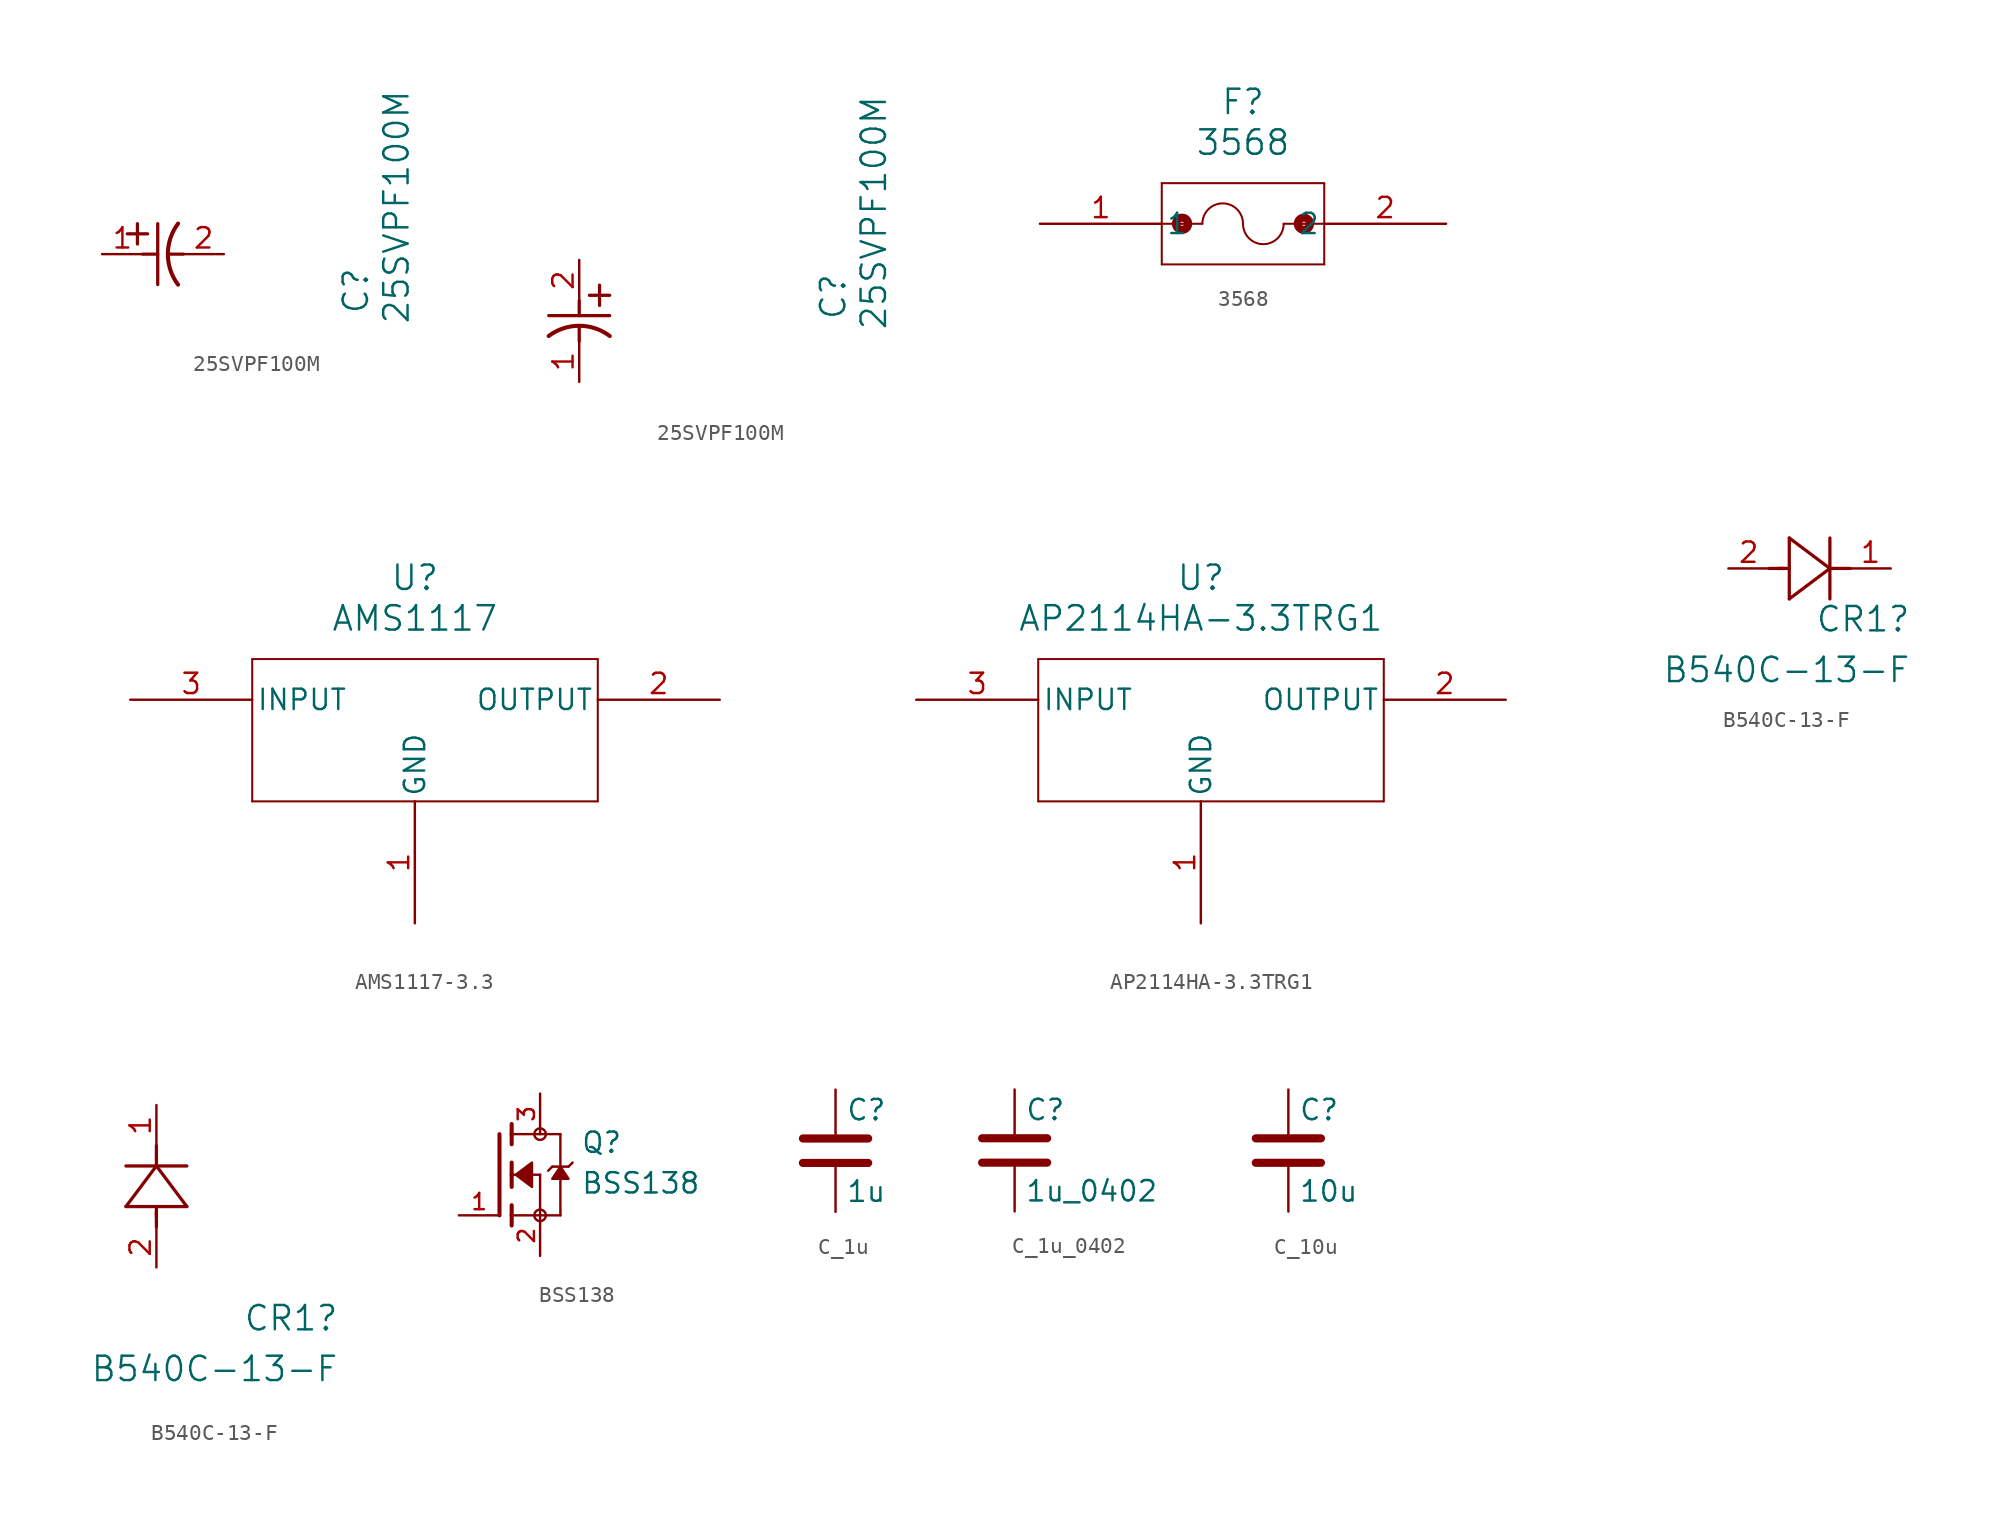
<source format=kicad_sym>
(kicad_symbol_lib
  (version 20231120)
  (generator "kicad_symbol_editor")
  (generator_version "8.0")
  (symbol "25SVPF100M"
    (pin_names
      (offset 0.254))
    (property "Reference" "C"
      (at 15.875 -3.81 90)
      (effects (font (size 1.524 1.524)) (justify left)))
    (property "Value" "25SVPF100M"
      (at 18.415 -4.445 90)
      (effects (font (size 1.524 1.524)) (justify left)))
    (symbol "25SVPF100M_1_1"
      (polyline (pts (xy 1.575 1.27) (xy 2.845 1.27)) (stroke (width 0.203) (type default)) (fill (type none)))
      (polyline (pts (xy 2.21 0.635) (xy 2.21 1.905)) (stroke (width 0.203) (type default)) (fill (type none)))
      (polyline (pts (xy 2.54 0) (xy 3.48 0)) (stroke (width 0.203) (type default)) (fill (type none)))
      (polyline (pts (xy 3.48 -1.905) (xy 3.48 1.905)) (stroke (width 0.203) (type default)) (fill (type none)))
      (polyline (pts (xy 4.115 0) (xy 5.08 0)) (stroke (width 0.203) (type default)) (fill (type none)))
      (arc (start 4.7541 1.9108) (mid 4.1148 0) (end 4.7541 -1.9108) (stroke (width 0.254) (type default)) (fill (type none)))
      (pin unspecified line (at 0 0 0) (length 2.54) (name "" (effects (font (size 1.27 1.27)))) (number "1" (effects (font (size 1.27 1.27)))))
      (pin unspecified line (at 7.62 0 180) (length 2.54) (name "" (effects (font (size 1.27 1.27)))) (number "2" (effects (font (size 1.27 1.27))))))
    (symbol "25SVPF100M_1_2"
      (polyline (pts (xy -1.905 -3.48) (xy 1.905 -3.48)) (stroke (width 0.203) (type default)) (fill (type none)))
      (polyline (pts (xy 0 -4.115) (xy 0 -5.08)) (stroke (width 0.203) (type default)) (fill (type none)))
      (polyline (pts (xy 0 -2.54) (xy 0 -3.48)) (stroke (width 0.203) (type default)) (fill (type none)))
      (polyline (pts (xy 0.635 -2.21) (xy 1.905 -2.21)) (stroke (width 0.203) (type default)) (fill (type none)))
      (polyline (pts (xy 1.27 -1.575) (xy 1.27 -2.845)) (stroke (width 0.203) (type default)) (fill (type none)))
      (arc (start 1.9108 -4.7541) (mid 0 -4.1148) (end -1.9108 -4.7541) (stroke (width 0.254) (type default)) (fill (type none)))
      (pin unspecified line (at 0 -7.62 90) (length 2.54) (name "" (effects (font (size 1.27 1.27)))) (number "1" (effects (font (size 1.27 1.27)))))
      (pin unspecified line (at 0 0 270) (length 2.54) (name "" (effects (font (size 1.27 1.27)))) (number "2" (effects (font (size 1.27 1.27)))))))
  (symbol "3568"
    (pin_names
      (offset 0.254))
    (property "Reference" "F"
      (at 12.7 7.62 0)
      (effects (font (size 1.524 1.524))))
    (property "Value" "3568"
      (at 12.7 5.08 0)
      (effects (font (size 1.524 1.524))))
    (symbol "3568_0_1"
      (polyline (pts (xy 7.62 -2.54) (xy 17.78 -2.54)) (stroke (width 0.127) (type default)) (fill (type none)))
      (polyline (pts (xy 7.62 0) (xy 8.89 0)) (stroke (width 0.127) (type default)) (fill (type none)))
      (polyline (pts (xy 7.62 2.54) (xy 7.62 -2.54)) (stroke (width 0.127) (type default)) (fill (type none)))
      (polyline (pts (xy 8.89 0) (xy 10.16 0)) (stroke (width 0.127) (type default)) (fill (type none)))
      (polyline (pts (xy 15.24 0) (xy 16.51 0)) (stroke (width 0.127) (type default)) (fill (type none)))
      (polyline (pts (xy 16.51 0) (xy 17.78 0)) (stroke (width 0.127) (type default)) (fill (type none)))
      (polyline (pts (xy 17.78 -2.54) (xy 17.78 2.54)) (stroke (width 0.127) (type default)) (fill (type none)))
      (polyline (pts (xy 17.78 2.54) (xy 7.62 2.54)) (stroke (width 0.127) (type default)) (fill (type none)))
      (circle (center 8.89 0) (radius 0.127) (stroke (width 0.508) (type default)) (fill (type none)))
      (arc (start 12.7 -0.0055) (mid 13.97 -1.27) (end 15.24 -0.0055) (stroke (width 0.127) (type default)) (fill (type none)))
      (arc (start 12.7 0.0055) (mid 11.43 1.27) (end 10.16 0.0055) (stroke (width 0.127) (type default)) (fill (type none)))
      (circle (center 16.51 0) (radius 0.127) (stroke (width 0.508) (type default)) (fill (type none))))
    (symbol "3568_1_1"
      (pin power_in line (at 0 0 0) (length 7.62) (name "1" (effects (font (size 1.27 1.27)))) (number "1" (effects (font (size 1.27 1.27)))))
      (pin power_out line (at 25.4 0 180) (length 7.62) (name "2" (effects (font (size 1.27 1.27)))) (number "2" (effects (font (size 1.27 1.27)))))))
  (symbol "AMS1117-3.3"
    (pin_names
      (offset 0.254))
    (property "Reference" "U"
      (at 0 7.62 0)
      (effects (font (size 1.524 1.524))))
    (property "Value" "AMS1117"
      (at 0 5.08 0)
      (effects (font (size 1.524 1.524))))
    (symbol "AMS1117-3.3_0_1"
      (polyline (pts (xy -10.16 -6.35) (xy 11.43 -6.35)) (stroke (width 0.127) (type default)) (fill (type none)))
      (polyline (pts (xy -10.16 2.54) (xy -10.16 -6.35)) (stroke (width 0.127) (type default)) (fill (type none)))
      (polyline (pts (xy 11.43 -6.35) (xy 11.43 2.54)) (stroke (width 0.127) (type default)) (fill (type none)))
      (polyline (pts (xy 11.43 2.54) (xy -10.16 2.54)) (stroke (width 0.127) (type default)) (fill (type none)))
      (pin output line (at 19.05 0 180) (length 7.62) (name "OUTPUT" (effects (font (size 1.27 1.27)))) (number "2" (effects (font (size 1.27 1.27)))))
      (pin input line (at -17.78 0 0) (length 7.62) (name "INPUT" (effects (font (size 1.27 1.27)))) (number "3" (effects (font (size 1.27 1.27))))))
    (symbol "AMS1117-3.3_1_1"
      (pin bidirectional line (at 0 -13.97 90) (length 7.62) (name "GND" (effects (font (size 1.27 1.27)))) (number "1" (effects (font (size 1.27 1.27)))))))
  (symbol "AP2114HA-3.3TRG1"
    (pin_names
      (offset 0.254))
    (property "Reference" "U"
      (at 0 7.62 0)
      (effects (font (size 1.524 1.524))))
    (property "Value" "AP2114HA-3.3TRG1"
      (at 0 5.08 0)
      (effects (font (size 1.524 1.524))))
    (symbol "AP2114HA-3.3TRG1_0_1"
      (polyline (pts (xy -10.16 -6.35) (xy 11.43 -6.35)) (stroke (width 0.127) (type default)) (fill (type none)))
      (polyline (pts (xy -10.16 2.54) (xy -10.16 -6.35)) (stroke (width 0.127) (type default)) (fill (type none)))
      (polyline (pts (xy 11.43 -6.35) (xy 11.43 2.54)) (stroke (width 0.127) (type default)) (fill (type none)))
      (polyline (pts (xy 11.43 2.54) (xy -10.16 2.54)) (stroke (width 0.127) (type default)) (fill (type none)))
      (pin output line (at 19.05 0 180) (length 7.62) (name "OUTPUT" (effects (font (size 1.27 1.27)))) (number "2" (effects (font (size 1.27 1.27)))))
      (pin input line (at -17.78 0 0) (length 7.62) (name "INPUT" (effects (font (size 1.27 1.27)))) (number "3" (effects (font (size 1.27 1.27))))))
    (symbol "AP2114HA-3.3TRG1_1_1"
      (pin bidirectional line (at 0 -13.97 90) (length 7.62) (name "GND" (effects (font (size 1.27 1.27)))) (number "1" (effects (font (size 1.27 1.27)))))))
  (symbol "B540C-13-F"
    (pin_names
      (offset 0.254))
    (property "Reference" "CR1"
      (at 11.43 -3.175 0)
      (effects (font (size 1.524 1.524)) (justify right)))
    (property "Value" "B540C-13-F"
      (at 11.43 -6.35 0)
      (effects (font (size 1.524 1.524)) (justify right)))
    (symbol "B540C-13-F_1_1"
      (polyline (pts (xy 2.54 0) (xy 3.48 0)) (stroke (width 0.203) (type default)) (fill (type none)))
      (polyline (pts (xy 3.175 0) (xy 3.81 0)) (stroke (width 0.203) (type default)) (fill (type none)))
      (polyline (pts (xy 3.81 -1.905) (xy 6.35 0)) (stroke (width 0.203) (type default)) (fill (type none)))
      (polyline (pts (xy 3.81 1.905) (xy 3.81 -1.905)) (stroke (width 0.203) (type default)) (fill (type none)))
      (polyline (pts (xy 6.35 -1.905) (xy 6.35 1.905)) (stroke (width 0.203) (type default)) (fill (type none)))
      (polyline (pts (xy 6.35 0) (xy 3.81 1.905)) (stroke (width 0.203) (type default)) (fill (type none)))
      (polyline (pts (xy 6.35 0) (xy 7.62 0)) (stroke (width 0.203) (type default)) (fill (type none)))
      (pin unspecified line (at 10.16 0 180) (length 2.54) (name "" (effects (font (size 1.27 1.27)))) (number "1" (effects (font (size 1.27 1.27)))))
      (pin unspecified line (at 0 0 0) (length 2.54) (name "" (effects (font (size 1.27 1.27)))) (number "2" (effects (font (size 1.27 1.27))))))
    (symbol "B540C-13-F_1_2"
      (polyline (pts (xy -1.905 3.81) (xy 1.905 3.81)) (stroke (width 0.203) (type default)) (fill (type none)))
      (polyline (pts (xy 0 2.54) (xy 0 3.48)) (stroke (width 0.203) (type default)) (fill (type none)))
      (polyline (pts (xy 0 3.175) (xy 0 3.81)) (stroke (width 0.203) (type default)) (fill (type none)))
      (polyline (pts (xy 0 6.35) (xy -1.905 3.81)) (stroke (width 0.203) (type default)) (fill (type none)))
      (polyline (pts (xy 0 6.35) (xy 0 7.62)) (stroke (width 0.203) (type default)) (fill (type none)))
      (polyline (pts (xy 1.905 3.81) (xy 0 6.35)) (stroke (width 0.203) (type default)) (fill (type none)))
      (polyline (pts (xy 1.905 6.35) (xy -1.905 6.35)) (stroke (width 0.203) (type default)) (fill (type none)))
      (pin unspecified line (at 0 10.16 270) (length 2.54) (name "" (effects (font (size 1.27 1.27)))) (number "1" (effects (font (size 1.27 1.27)))))
      (pin unspecified line (at 0 0 90) (length 2.54) (name "" (effects (font (size 1.27 1.27)))) (number "2" (effects (font (size 1.27 1.27)))))))
  (symbol "BSS138"
    (pin_names
      (offset 1.016))
    (property "Reference" "Q"
      (at 5.08 1.27 0)
      (effects (font (size 1.27 1.27)) (justify left bottom)))
    (property "Value" "BSS138"
      (at 5.08 -1.27 0)
      (effects (font (size 1.27 1.27)) (justify left bottom)))
    (symbol "BSS138_0_0"
      (polyline (pts (xy 0 2.54) (xy 0 -2.54)) (stroke (width 0.254) (type default)) (fill (type none)))
      (polyline (pts (xy 0.762 -2.54) (xy 0.762 -3.175)) (stroke (width 0.254) (type default)) (fill (type none)))
      (polyline (pts (xy 0.762 -1.905) (xy 0.762 -2.54)) (stroke (width 0.254) (type default)) (fill (type none)))
      (polyline (pts (xy 0.762 0) (xy 0.762 -0.762)) (stroke (width 0.254) (type default)) (fill (type none)))
      (polyline (pts (xy 0.762 0) (xy 2.54 0)) (stroke (width 0.152) (type default)) (fill (type none)))
      (polyline (pts (xy 0.762 0.762) (xy 0.762 0)) (stroke (width 0.254) (type default)) (fill (type none)))
      (polyline (pts (xy 0.762 2.54) (xy 0.762 1.905)) (stroke (width 0.254) (type default)) (fill (type none)))
      (polyline (pts (xy 0.762 2.54) (xy 3.81 2.54)) (stroke (width 0.152) (type default)) (fill (type none)))
      (polyline (pts (xy 0.762 3.175) (xy 0.762 2.54)) (stroke (width 0.254) (type default)) (fill (type none)))
      (polyline (pts (xy 2.54 -2.54) (xy 0.762 -2.54)) (stroke (width 0.152) (type default)) (fill (type none)))
      (polyline (pts (xy 2.54 -2.54) (xy 3.81 -2.54)) (stroke (width 0.152) (type default)) (fill (type none)))
      (polyline (pts (xy 2.54 0) (xy 2.54 -2.54)) (stroke (width 0.152) (type default)) (fill (type none)))
      (polyline (pts (xy 3.302 0.508) (xy 3.048 0.254)) (stroke (width 0.152) (type default)) (fill (type none)))
      (polyline (pts (xy 3.81 0.508) (xy 3.302 0.508)) (stroke (width 0.152) (type default)) (fill (type none)))
      (polyline (pts (xy 3.81 0.508) (xy 3.81 -2.54)) (stroke (width 0.152) (type default)) (fill (type none)))
      (polyline (pts (xy 3.81 2.54) (xy 3.81 0.508)) (stroke (width 0.152) (type default)) (fill (type none)))
      (polyline (pts (xy 4.318 0.508) (xy 3.81 0.508)) (stroke (width 0.152) (type default)) (fill (type none)))
      (polyline (pts (xy 4.572 0.762) (xy 4.318 0.508)) (stroke (width 0.152) (type default)) (fill (type none)))
      (polyline (pts (xy 1.016 0) (xy 2.032 0.762) (xy 2.032 -0.762) (xy 1.016 0)) (stroke (width 0.152) (type default)) (fill (type outline)))
      (polyline (pts (xy 3.81 0.508) (xy 3.302 -0.254) (xy 4.318 -0.254) (xy 3.81 0.508)) (stroke (width 0.152) (type default)) (fill (type outline)))
      (circle (center 2.54 -2.54) (radius 0.359) (stroke (width 0) (type default)) (fill (type none)))
      (circle (center 2.54 2.54) (radius 0.359) (stroke (width 0) (type default)) (fill (type none)))
      (pin passive line (at -2.54 -2.54 0) (length 2.54) (name "~" (effects (font (size 1.016 1.016)))) (number "1" (effects (font (size 1.016 1.016)))))
      (pin passive line (at 2.54 -5.08 90) (length 2.54) (name "~" (effects (font (size 1.016 1.016)))) (number "2" (effects (font (size 1.016 1.016)))))
      (pin passive line (at 2.54 5.08 270) (length 2.54) (name "~" (effects (font (size 1.016 1.016)))) (number "3" (effects (font (size 1.016 1.016)))))))
  (symbol "C_1u"
    (pin_numbers hide)
    (pin_names
      (offset 0.254))
    (property "Reference" "C"
      (at 0.635 2.54 0)
      (effects (font (size 1.27 1.27)) (justify left)))
    (property "Value" "1u"
      (at 0.635 -2.54 0)
      (effects (font (size 1.27 1.27)) (justify left)))
    (symbol "C_1u_0_1"
      (polyline (pts (xy -2.032 -0.762) (xy 2.032 -0.762)) (stroke (width 0.508) (type default)) (fill (type none)))
      (polyline (pts (xy -2.032 0.762) (xy 2.032 0.762)) (stroke (width 0.508) (type default)) (fill (type none))))
    (symbol "C_1u_1_1"
      (pin passive line (at 0 3.81 270) (length 2.794) (name "~" (effects (font (size 1.27 1.27)))) (number "1" (effects (font (size 1.27 1.27)))))
      (pin passive line (at 0 -3.81 90) (length 2.794) (name "~" (effects (font (size 1.27 1.27)))) (number "2" (effects (font (size 1.27 1.27)))))))
  (symbol "C_1u_0402"
    (pin_numbers hide)
    (pin_names
      (offset 0.254))
    (property "Reference" "C"
      (at 0.635 2.54 0)
      (effects (font (size 1.27 1.27)) (justify left)))
    (property "Value" "1u_0402"
      (at 0.635 -2.54 0)
      (effects (font (size 1.27 1.27)) (justify left)))
    (symbol "C_1u_0402_0_1"
      (polyline (pts (xy -2.032 -0.762) (xy 2.032 -0.762)) (stroke (width 0.508) (type default)) (fill (type none)))
      (polyline (pts (xy -2.032 0.762) (xy 2.032 0.762)) (stroke (width 0.508) (type default)) (fill (type none))))
    (symbol "C_1u_0402_1_1"
      (pin passive line (at 0 3.81 270) (length 2.794) (name "~" (effects (font (size 1.27 1.27)))) (number "1" (effects (font (size 1.27 1.27)))))
      (pin passive line (at 0 -3.81 90) (length 2.794) (name "~" (effects (font (size 1.27 1.27)))) (number "2" (effects (font (size 1.27 1.27)))))))
  (symbol "C_10u"
    (pin_numbers hide)
    (pin_names
      (offset 0.254))
    (property "Reference" "C"
      (at 0.635 2.54 0)
      (effects (font (size 1.27 1.27)) (justify left)))
    (property "Value" "10u"
      (at 0.635 -2.54 0)
      (effects (font (size 1.27 1.27)) (justify left)))
    (symbol "C_10u_0_1"
      (polyline (pts (xy -2.032 -0.762) (xy 2.032 -0.762)) (stroke (width 0.508) (type default)) (fill (type none)))
      (polyline (pts (xy -2.032 0.762) (xy 2.032 0.762)) (stroke (width 0.508) (type default)) (fill (type none))))
    (symbol "C_10u_1_1"
      (pin passive line (at 0 3.81 270) (length 2.794) (name "~" (effects (font (size 1.27 1.27)))) (number "1" (effects (font (size 1.27 1.27)))))
      (pin passive line (at 0 -3.81 90) (length 2.794) (name "~" (effects (font (size 1.27 1.27)))) (number "2" (effects (font (size 1.27 1.27))))))))
</source>
